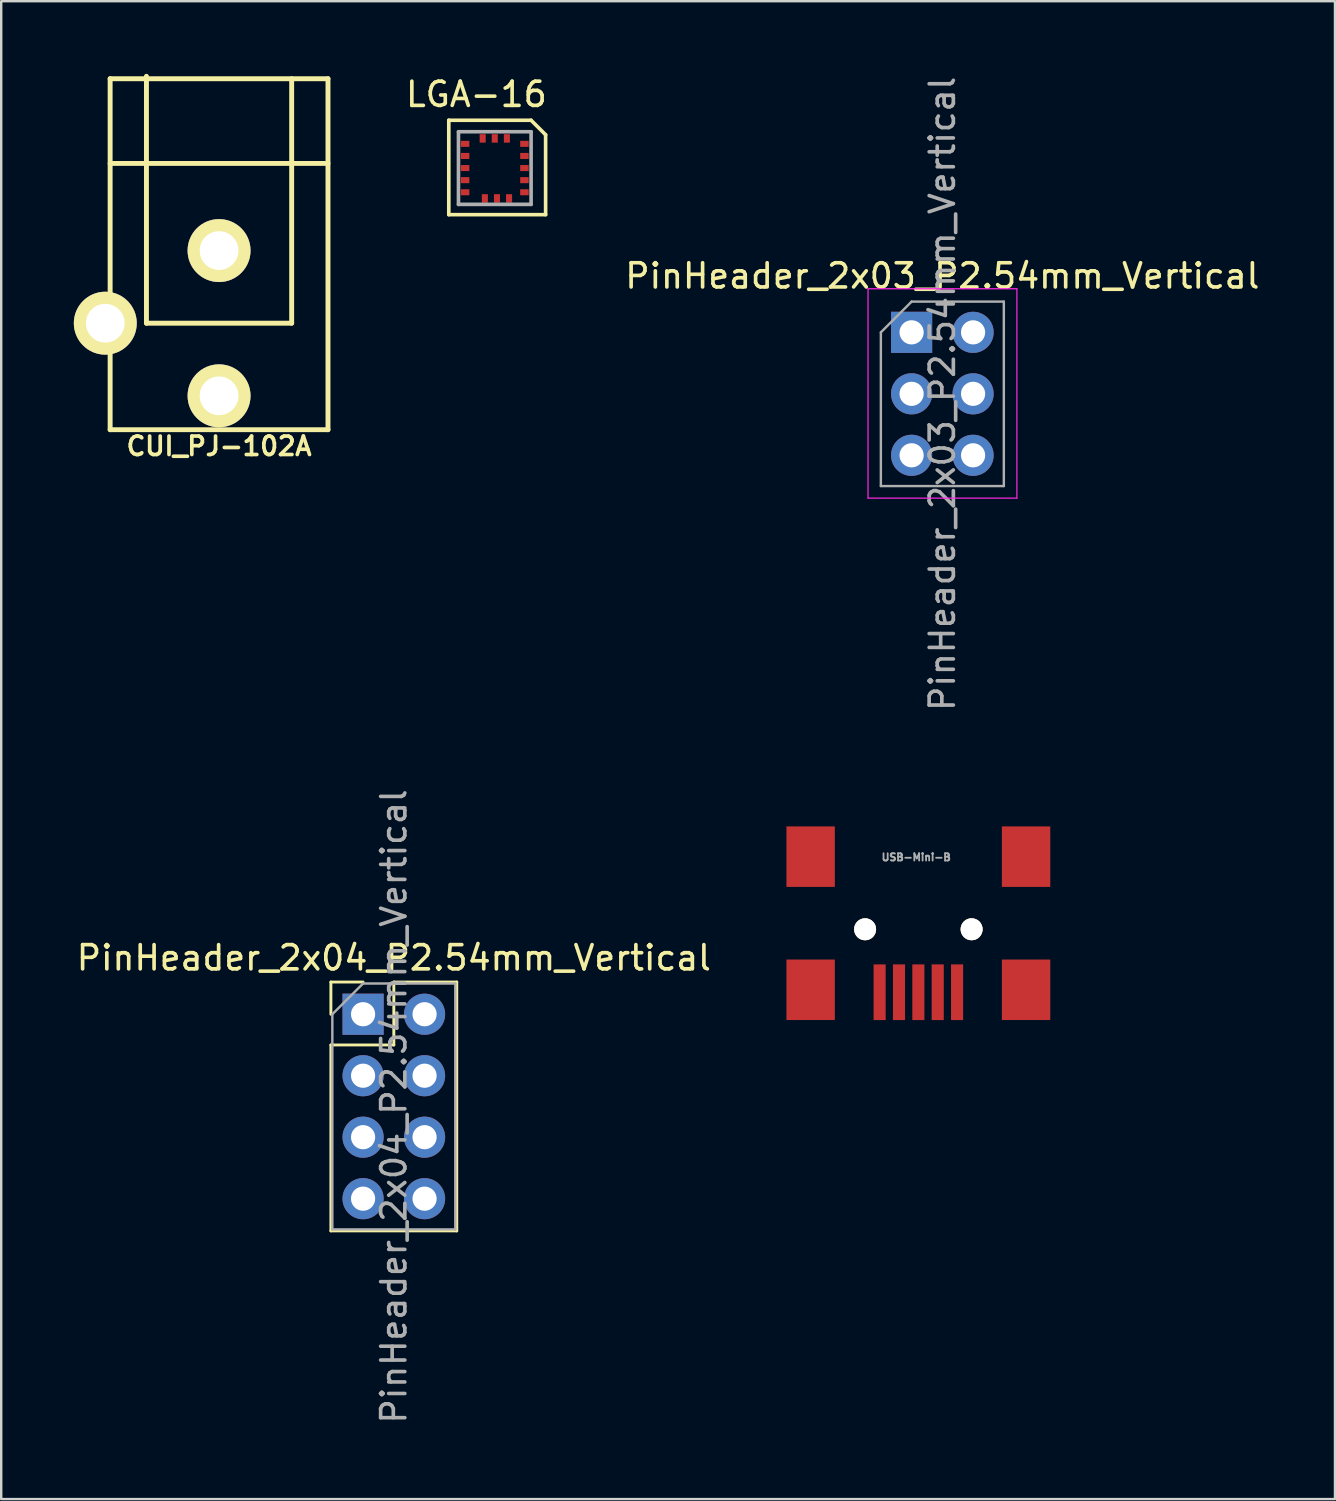
<source format=kicad_pcb>
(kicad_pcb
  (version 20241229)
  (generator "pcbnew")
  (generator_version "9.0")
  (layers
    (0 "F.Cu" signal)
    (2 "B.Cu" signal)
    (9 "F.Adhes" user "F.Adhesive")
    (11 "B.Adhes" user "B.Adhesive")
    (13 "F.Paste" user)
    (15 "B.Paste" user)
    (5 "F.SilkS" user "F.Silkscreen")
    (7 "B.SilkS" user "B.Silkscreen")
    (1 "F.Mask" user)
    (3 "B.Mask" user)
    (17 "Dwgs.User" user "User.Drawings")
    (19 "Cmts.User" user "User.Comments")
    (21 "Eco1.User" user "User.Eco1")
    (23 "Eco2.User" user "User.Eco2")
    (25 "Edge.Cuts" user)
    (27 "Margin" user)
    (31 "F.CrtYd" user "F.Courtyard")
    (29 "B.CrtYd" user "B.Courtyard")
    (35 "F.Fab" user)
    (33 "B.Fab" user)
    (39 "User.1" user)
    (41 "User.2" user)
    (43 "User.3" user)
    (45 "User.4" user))
  (footprint "PinHeader_2x04_P2.54mm_Vertical"
    (layer "F.Cu")
    (at 11.95 38.851)
    (property "Reference" "PinHeader_2x04_P2.54mm_Vertical" (at 1.27 -2.33 0) (layer "F.SilkS") (effects (font (size 1 1) (thickness 0.15))))
    (attr through_hole)
    (fp_line (start -1.33 -1.33) (end 0 -1.33) (stroke (width 0.12) (type solid)) (layer "F.SilkS"))
    (fp_line (start -1.33 0) (end -1.33 -1.33) (stroke (width 0.12) (type solid)) (layer "F.SilkS"))
    (fp_line (start -1.33 1.27) (end -1.33 8.95) (stroke (width 0.12) (type solid)) (layer "F.SilkS"))
    (fp_line (start -1.33 1.27) (end 1.27 1.27) (stroke (width 0.12) (type solid)) (layer "F.SilkS"))
    (fp_line (start -1.33 8.95) (end 3.87 8.95) (stroke (width 0.12) (type solid)) (layer "F.SilkS"))
    (fp_line (start 1.27 -1.33) (end 3.87 -1.33) (stroke (width 0.12) (type solid)) (layer "F.SilkS"))
    (fp_line (start 1.27 1.27) (end 1.27 -1.33) (stroke (width 0.12) (type solid)) (layer "F.SilkS"))
    (fp_line (start 3.87 -1.33) (end 3.87 8.95) (stroke (width 0.12) (type solid)) (layer "F.SilkS"))
    (fp_line (start -1.27 0) (end 0 -1.27) (stroke (width 0.1) (type solid)) (layer "F.Fab"))
    (fp_line (start -1.27 8.89) (end -1.27 0) (stroke (width 0.1) (type solid)) (layer "F.Fab"))
    (fp_line (start 0 -1.27) (end 3.81 -1.27) (stroke (width 0.1) (type solid)) (layer "F.Fab"))
    (fp_line (start 3.81 -1.27) (end 3.81 8.89) (stroke (width 0.1) (type solid)) (layer "F.Fab"))
    (fp_line (start 3.81 8.89) (end -1.27 8.89) (stroke (width 0.1) (type solid)) (layer "F.Fab"))
    (fp_text user "${REFERENCE}" (at 1.27 3.81 90) (layer "F.Fab") (effects (font (size 1 1) (thickness 0.15))))
    (pad "1" thru_hole rect (at 0 0) (size 1.7 1.7) (drill 1) (layers "*.Cu" "*.Mask"))
    (pad "2" thru_hole oval (at 2.54 0) (size 1.7 1.7) (drill 1) (layers "*.Cu" "*.Mask"))
    (pad "3" thru_hole oval (at 0 2.54) (size 1.7 1.7) (drill 1) (layers "*.Cu" "*.Mask"))
    (pad "4" thru_hole oval (at 2.54 2.54) (size 1.7 1.7) (drill 1) (layers "*.Cu" "*.Mask"))
    (pad "5" thru_hole oval (at 0 5.08) (size 1.7 1.7) (drill 1) (layers "*.Cu" "*.Mask"))
    (pad "6" thru_hole oval (at 2.54 5.08) (size 1.7 1.7) (drill 1) (layers "*.Cu" "*.Mask"))
    (pad "7" thru_hole oval (at 0 7.62) (size 1.7 1.7) (drill 1) (layers "*.Cu" "*.Mask"))
    (pad "8" thru_hole oval (at 2.54 7.62) (size 1.7 1.7) (drill 1) (layers "*.Cu" "*.Mask")))
  (footprint "CUI_PJ-102A"
    (layer "F.Cu")
    (at 6 10.302)
    (property "Reference" "CUI_PJ-102A" (at 0 5.08 0) (layer "F.SilkS") (effects (font (size 0.762 0.762) (thickness 0.152))))
    (attr through_hole)
    (fp_line (start -4.5 -10.1) (end -4.5 4.4) (stroke (width 0.203) (type solid)) (layer "F.SilkS"))
    (fp_line (start -4.5 -6.6) (end 4.5 -6.6) (stroke (width 0.203) (type solid)) (layer "F.SilkS"))
    (fp_line (start -4.5 4.4) (end 4.5 4.4) (stroke (width 0.203) (type solid)) (layer "F.SilkS"))
    (fp_line (start -3 0) (end -3 -10.2) (stroke (width 0.203) (type solid)) (layer "F.SilkS"))
    (fp_line (start 3 -10.1) (end 3 0) (stroke (width 0.203) (type solid)) (layer "F.SilkS"))
    (fp_line (start 3 0) (end -3 0) (stroke (width 0.203) (type solid)) (layer "F.SilkS"))
    (fp_line (start 4.5 -10.1) (end -4.5 -10.1) (stroke (width 0.203) (type solid)) (layer "F.SilkS"))
    (fp_line (start 4.5 4.4) (end 4.5 -10.1) (stroke (width 0.203) (type solid)) (layer "F.SilkS"))
    (pad "1" thru_hole circle (at 0 3) (size 2.6 2.6) (drill 1.6) (layers "*.Cu" "*.Mask" "F.SilkS"))
    (pad "2" thru_hole circle (at 0 -3) (size 2.6 2.6) (drill 1.6) (layers "*.Cu" "*.Mask" "F.SilkS"))
    (pad "3" thru_hole circle (at -4.7 0) (size 2.6 2.6) (drill 1.6) (layers "*.Cu" "*.Mask" "F.SilkS")))
  (footprint "USB-Mini-B"
    (layer "F.Cu")
    (at 34.89 30.091)
    (property "Reference" "USB-Mini-B" (at -0.089 2.275 0) (layer "F.Fab") (effects (font (size 0.3 0.3) (thickness 0.075))))
    (attr smd)
    (fp_line (start -3.851 -0.65) (end 3.851 -0.65) (stroke (width 0.001) (type solid)) (layer "F.Fab"))
    (fp_line (start -3.851 8.55) (end -3.851 -0.65) (stroke (width 0.001) (type solid)) (layer "F.Fab"))
    (fp_line (start 3.851 -0.65) (end 3.851 8.55) (stroke (width 0.001) (type solid)) (layer "F.Fab"))
    (fp_line (start 3.851 8.55) (end -3.851 8.55) (stroke (width 0.001) (type solid)) (layer "F.Fab"))
    (pad "" smd rect (at -4.45 2.25) (size 1.999 2.499) (layers "F.Cu" "F.Mask" "F.Paste"))
    (pad "" thru_hole circle (at -2.2 5.25) (size 0.909 0.909) (drill 0.899) (layers "*.Cu" "*.Mask" "F.SilkS"))
    (pad "" thru_hole circle (at 2.2 5.25) (size 0.909 0.909) (drill 0.899) (layers "*.Cu" "*.Mask" "F.SilkS"))
    (pad "" smd rect (at 4.45 2.25) (size 1.999 2.499) (layers "F.Cu" "F.Mask" "F.Paste"))
    (pad "" smd rect (at 4.45 7.75) (size 1.999 2.499) (layers "F.Cu" "F.Mask" "F.Paste"))
    (pad "1" smd rect (at 1.6 7.851) (size 0.5 2.301) (layers "F.Cu" "F.Mask" "F.Paste"))
    (pad "2" smd rect (at 0.8 7.851) (size 0.5 2.301) (layers "F.Cu" "F.Mask" "F.Paste"))
    (pad "3" smd rect (at 0 7.851) (size 0.5 2.301) (layers "F.Cu" "F.Mask" "F.Paste"))
    (pad "4" smd rect (at -0.8 7.851) (size 0.5 2.301) (layers "F.Cu" "F.Mask" "F.Paste"))
    (pad "5" smd rect (at -1.6 7.851) (size 0.5 2.301) (layers "F.Cu" "F.Mask" "F.Paste"))
    (pad "6" smd rect (at -4.45 7.75) (size 1.999 2.499) (layers "F.Cu" "F.Mask" "F.Paste")))
  (footprint "PinHeader_2x03_P2.54mm_Vertical"
    (layer "F.Cu")
    (at 34.611 10.68)
    (property "Reference" "PinHeader_2x03_P2.54mm_Vertical" (at 1.27 -2.33 0) (layer "F.SilkS") (effects (font (size 1 1) (thickness 0.15))))
    (attr through_hole)
    (fp_line (start -1.8 -1.8) (end -1.8 6.85) (stroke (width 0.05) (type solid)) (layer "F.CrtYd"))
    (fp_line (start -1.8 6.85) (end 4.35 6.85) (stroke (width 0.05) (type solid)) (layer "F.CrtYd"))
    (fp_line (start 4.35 -1.8) (end -1.8 -1.8) (stroke (width 0.05) (type solid)) (layer "F.CrtYd"))
    (fp_line (start 4.35 6.85) (end 4.35 -1.8) (stroke (width 0.05) (type solid)) (layer "F.CrtYd"))
    (fp_line (start -1.27 0) (end 0 -1.27) (stroke (width 0.1) (type solid)) (layer "F.Fab"))
    (fp_line (start -1.27 6.35) (end -1.27 0) (stroke (width 0.1) (type solid)) (layer "F.Fab"))
    (fp_line (start 0 -1.27) (end 3.81 -1.27) (stroke (width 0.1) (type solid)) (layer "F.Fab"))
    (fp_line (start 3.81 -1.27) (end 3.81 6.35) (stroke (width 0.1) (type solid)) (layer "F.Fab"))
    (fp_line (start 3.81 6.35) (end -1.27 6.35) (stroke (width 0.1) (type solid)) (layer "F.Fab"))
    (fp_text user "${REFERENCE}" (at 1.27 2.54 90) (layer "F.Fab") (effects (font (size 1 1) (thickness 0.15))))
    (pad "1" thru_hole rect (at 0 0) (size 1.7 1.7) (drill 1) (layers "*.Cu" "*.Mask"))
    (pad "2" thru_hole oval (at 2.54 0) (size 1.7 1.7) (drill 1) (layers "*.Cu" "*.Mask"))
    (pad "3" thru_hole oval (at 0 2.54) (size 1.7 1.7) (drill 1) (layers "*.Cu" "*.Mask"))
    (pad "4" thru_hole oval (at 2.54 2.54) (size 1.7 1.7) (drill 1) (layers "*.Cu" "*.Mask"))
    (pad "5" thru_hole oval (at 0 5.08) (size 1.7 1.7) (drill 1) (layers "*.Cu" "*.Mask"))
    (pad "6" thru_hole oval (at 2.54 5.08) (size 1.7 1.7) (drill 1) (layers "*.Cu" "*.Mask")))
  (footprint "LGA-16"
    (layer "F.Cu")
    (at 16.891 5.118)
    (property "Reference" "LGA-16" (at -0.26 -4.27 0) (layer "F.SilkS") (effects (font (size 1 1) (thickness 0.15))))
    (attr through_hole)
    (fp_line (start -1.4 -3.2) (end -1.4 0.7) (stroke (width 0.15) (type solid)) (layer "F.SilkS"))
    (fp_line (start 2 -3.2) (end -1.4 -3.2) (stroke (width 0.15) (type solid)) (layer "F.SilkS"))
    (fp_line (start 2.6 -2.6) (end 2 -3.2) (stroke (width 0.15) (type solid)) (layer "F.SilkS"))
    (fp_line (start 2.6 -2.6) (end 2.6 0.7) (stroke (width 0.15) (type solid)) (layer "F.SilkS"))
    (fp_line (start 2.6 0.7) (end -1.4 0.7) (stroke (width 0.15) (type solid)) (layer "F.SilkS"))
    (fp_line (start -1 -2.725) (end 2 -2.725) (stroke (width 0.15) (type solid)) (layer "F.Fab"))
    (fp_line (start -1 0.275) (end -1 -2.725) (stroke (width 0.15) (type solid)) (layer "F.Fab"))
    (fp_line (start -1 0.275) (end 2 0.275) (stroke (width 0.15) (type solid)) (layer "F.Fab"))
    (fp_line (start 2 -2.725) (end 2 0.275) (stroke (width 0.15) (type solid)) (layer "F.Fab"))
    (pad "1" smd rect (at 1.725 -2.225 90) (size 0.25 0.35) (layers "F.Cu" "F.Mask" "F.Paste"))
    (pad "2" smd rect (at 1.725 -1.725 90) (size 0.25 0.35) (layers "F.Cu" "F.Mask" "F.Paste"))
    (pad "3" smd rect (at 1.725 -1.225 90) (size 0.25 0.35) (layers "F.Cu" "F.Mask" "F.Paste"))
    (pad "4" smd rect (at 1.725 -0.725 90) (size 0.25 0.35) (layers "F.Cu" "F.Mask" "F.Paste"))
    (pad "5" smd rect (at 1.725 -0.225 90) (size 0.25 0.35) (layers "F.Cu" "F.Mask" "F.Paste"))
    (pad "6" smd rect (at 1.09 0.03) (size 0.25 0.35) (layers "F.Cu" "F.Mask" "F.Paste"))
    (pad "7" smd rect (at 0.59 0.03) (size 0.25 0.35) (layers "F.Cu" "F.Mask" "F.Paste"))
    (pad "8" smd rect (at 0.09 0.03) (size 0.25 0.35) (layers "F.Cu" "F.Mask" "F.Paste"))
    (pad "9" smd rect (at -0.725 -0.225) (size 0.35 0.25) (layers "F.Cu" "F.Mask" "F.Paste"))
    (pad "10" smd rect (at -0.725 -0.725 90) (size 0.25 0.35) (layers "F.Cu" "F.Mask" "F.Paste"))
    (pad "11" smd rect (at -0.725 -1.225 90) (size 0.25 0.35) (layers "F.Cu" "F.Mask" "F.Paste"))
    (pad "12" smd rect (at -0.725 -1.725 90) (size 0.25 0.35) (layers "F.Cu" "F.Mask" "F.Paste"))
    (pad "13" smd rect (at -0.725 -2.225 90) (size 0.25 0.35) (layers "F.Cu" "F.Mask" "F.Paste"))
    (pad "14" smd rect (at 0 -2.45) (size 0.25 0.35) (layers "F.Cu" "F.Mask" "F.Paste"))
    (pad "15" smd rect (at 0.5 -2.45) (size 0.25 0.35) (layers "F.Cu" "F.Mask" "F.Paste"))
    (pad "16" smd rect (at 1 -2.45) (size 0.25 0.35) (layers "F.Cu" "F.Mask" "F.Paste")))
  (gr_rect
    (start -3 -3)
    (end 52.102 58.881)
    (stroke (width 0.1) (type default))
    (fill no)
    (layer "Edge.Cuts")))
</source>
